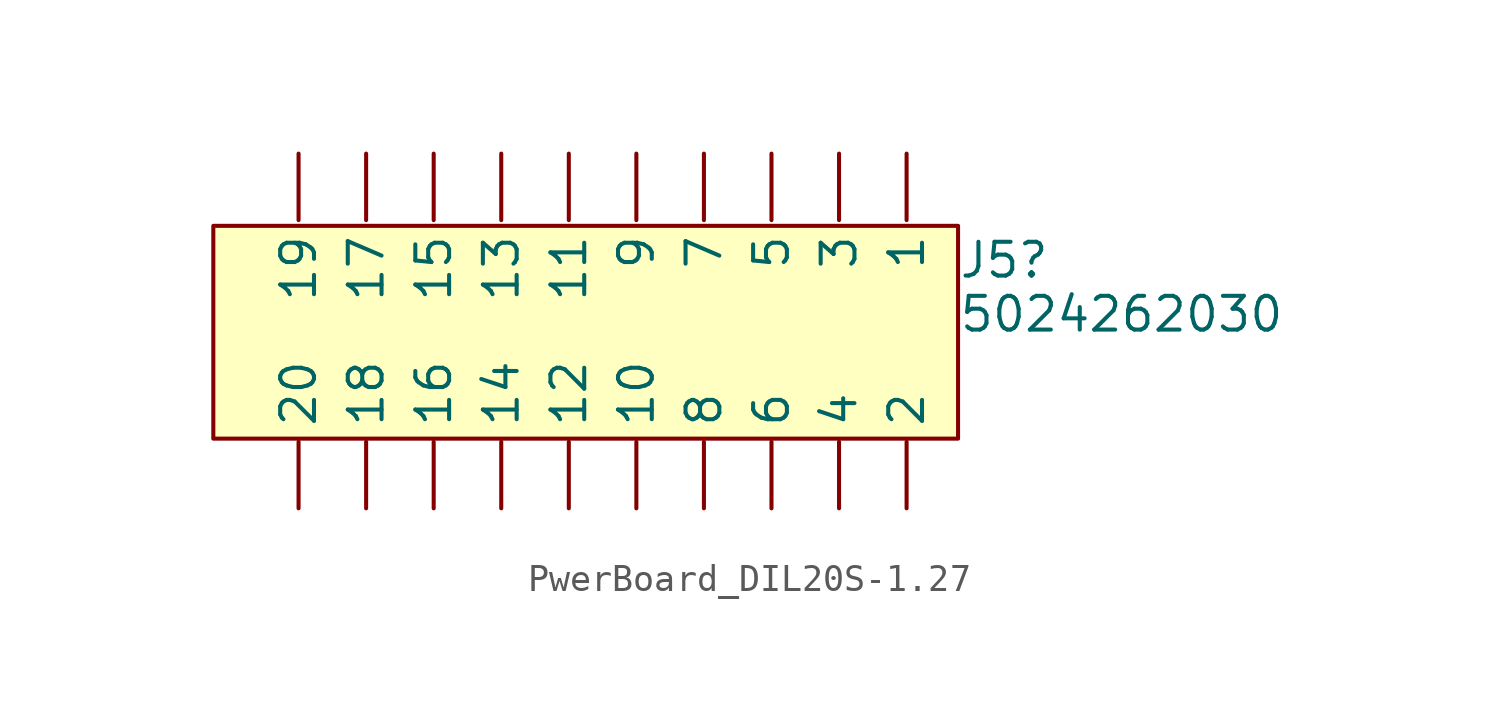
<source format=kicad_sym>
(kicad_symbol_lib
  (version 20220914)
  (generator kicad_symbol_editor)
  (symbol "PwerBoard_DIL20S-1.27"
    (property "Reference" "J5"
      (at 14 0.968 0)
      (effects (font (size 1.27 1.27)) (justify left bottom)))
    (property "Value" "5024262030"
      (at 14 -1.064 0)
      (effects (font (size 1.27 1.27)) (justify left bottom)))
    (symbol "PwerBoard_DIL20S-1.27_1_0"
      (rectangle (start 14 3) (end -14 -5) (stroke (width 0) (type solid)) (fill (type background)))
      (pin passive line (at 12.065 5.715 270) (length 2.5) (name "1" (effects (font (size 1.27 1.27)))) (number "1" (effects (font (size 0 0)))))
      (pin passive line (at 1.905 -7.62 90) (length 2.5) (name "10" (effects (font (size 1.27 1.27)))) (number "10" (effects (font (size 0 0)))))
      (pin passive line (at -0.635 5.715 270) (length 2.5) (name "11" (effects (font (size 1.27 1.27)))) (number "11" (effects (font (size 0 0)))))
      (pin passive line (at -0.635 -7.62 90) (length 2.5) (name "12" (effects (font (size 1.27 1.27)))) (number "12" (effects (font (size 0 0)))))
      (pin passive line (at -3.175 5.715 270) (length 2.5) (name "13" (effects (font (size 1.27 1.27)))) (number "13" (effects (font (size 0 0)))))
      (pin passive line (at -3.175 -7.62 90) (length 2.5) (name "14" (effects (font (size 1.27 1.27)))) (number "14" (effects (font (size 0 0)))))
      (pin passive line (at -5.715 5.715 270) (length 2.5) (name "15" (effects (font (size 1.27 1.27)))) (number "15" (effects (font (size 0 0)))))
      (pin passive line (at -5.715 -7.62 90) (length 2.5) (name "16" (effects (font (size 1.27 1.27)))) (number "16" (effects (font (size 0 0)))))
      (pin passive line (at -8.255 5.715 270) (length 2.5) (name "17" (effects (font (size 1.27 1.27)))) (number "17" (effects (font (size 0 0)))))
      (pin passive line (at -8.255 -7.62 90) (length 2.5) (name "18" (effects (font (size 1.27 1.27)))) (number "18" (effects (font (size 0 0)))))
      (pin passive line (at -10.795 5.715 270) (length 2.5) (name "19" (effects (font (size 1.27 1.27)))) (number "19" (effects (font (size 0 0)))))
      (pin passive line (at 12.065 -7.62 90) (length 2.5) (name "2" (effects (font (size 1.27 1.27)))) (number "2" (effects (font (size 0 0)))))
      (pin passive line (at -10.795 -7.62 90) (length 2.5) (name "20" (effects (font (size 1.27 1.27)))) (number "20" (effects (font (size 0 0)))))
      (pin passive line (at 9.525 5.715 270) (length 2.5) (name "3" (effects (font (size 1.27 1.27)))) (number "3" (effects (font (size 0 0)))))
      (pin passive line (at 9.525 -7.62 90) (length 2.5) (name "4" (effects (font (size 1.27 1.27)))) (number "4" (effects (font (size 0 0)))))
      (pin passive line (at 6.985 5.715 270) (length 2.5) (name "5" (effects (font (size 1.27 1.27)))) (number "5" (effects (font (size 0 0)))))
      (pin passive line (at 6.985 -7.62 90) (length 2.5) (name "6" (effects (font (size 1.27 1.27)))) (number "6" (effects (font (size 0 0)))))
      (pin passive line (at 4.445 5.715 270) (length 2.5) (name "7" (effects (font (size 1.27 1.27)))) (number "7" (effects (font (size 0 0)))))
      (pin passive line (at 4.445 -7.62 90) (length 2.5) (name "8" (effects (font (size 1.27 1.27)))) (number "8" (effects (font (size 0 0)))))
      (pin passive line (at 1.905 5.715 270) (length 2.5) (name "9" (effects (font (size 1.27 1.27)))) (number "9" (effects (font (size 0 0))))))))
</source>
